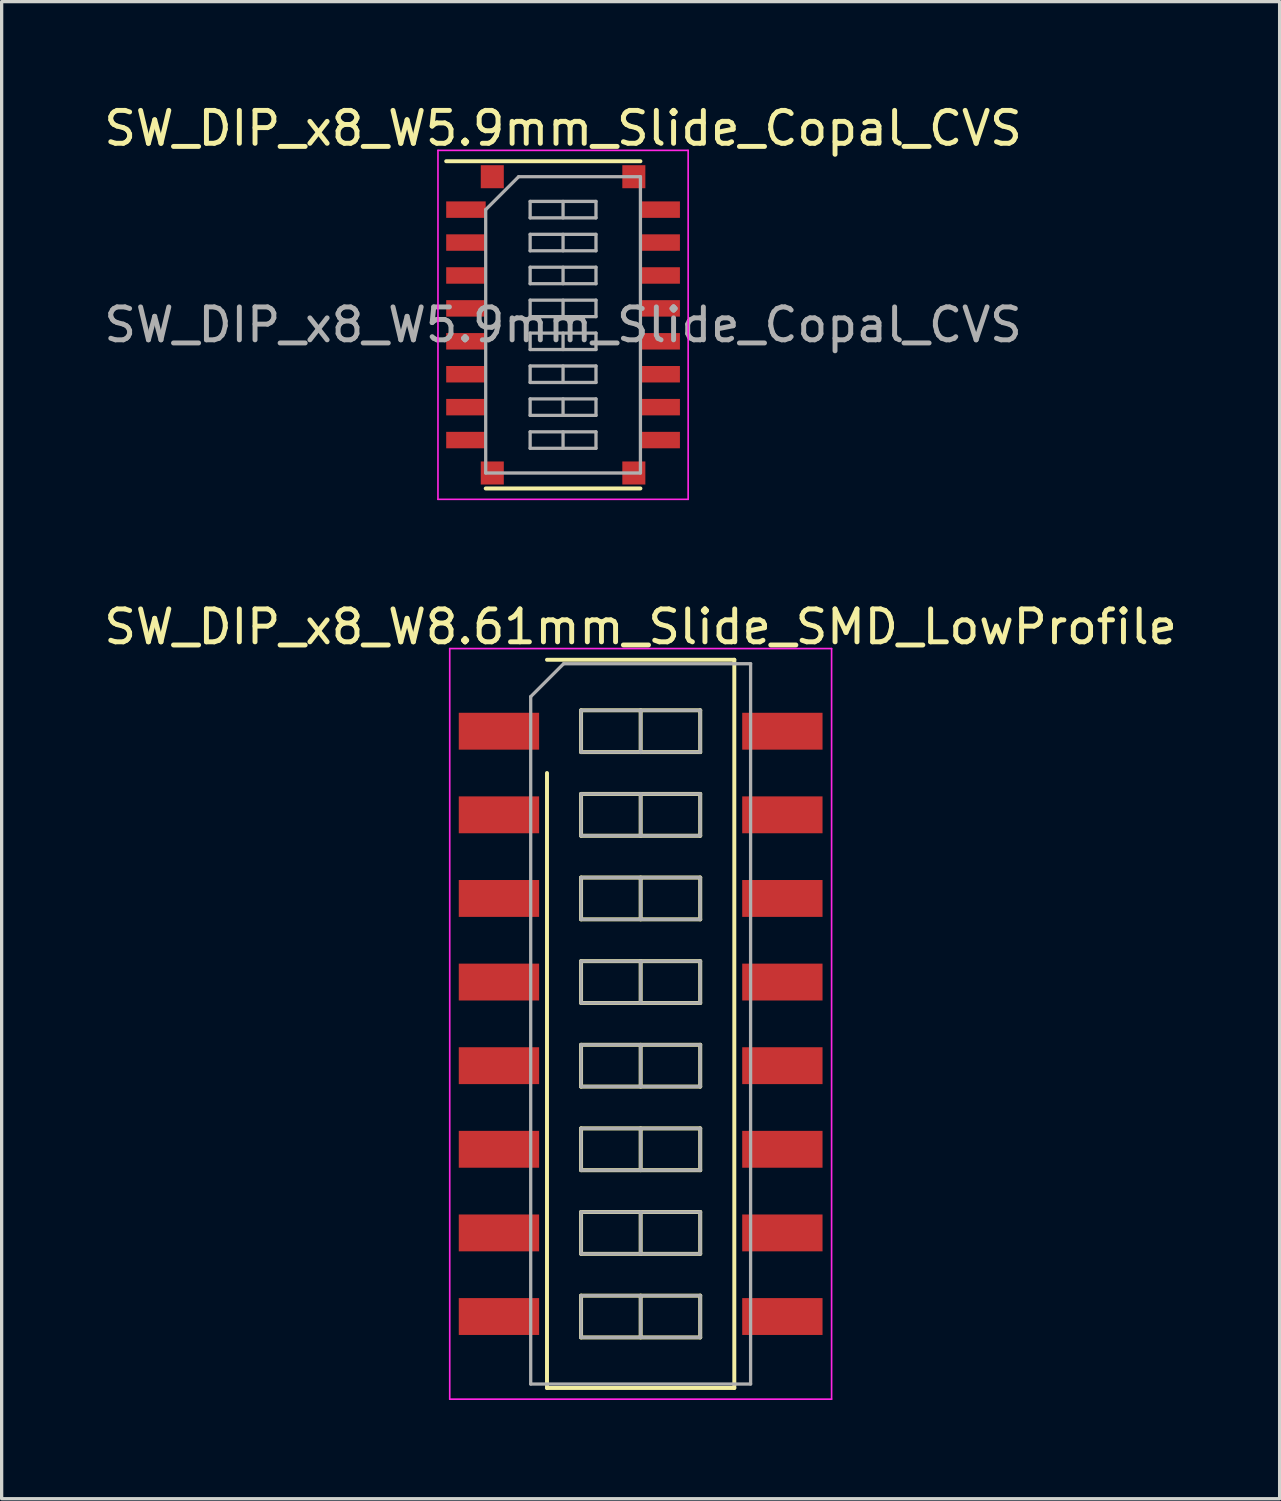
<source format=kicad_pcb>
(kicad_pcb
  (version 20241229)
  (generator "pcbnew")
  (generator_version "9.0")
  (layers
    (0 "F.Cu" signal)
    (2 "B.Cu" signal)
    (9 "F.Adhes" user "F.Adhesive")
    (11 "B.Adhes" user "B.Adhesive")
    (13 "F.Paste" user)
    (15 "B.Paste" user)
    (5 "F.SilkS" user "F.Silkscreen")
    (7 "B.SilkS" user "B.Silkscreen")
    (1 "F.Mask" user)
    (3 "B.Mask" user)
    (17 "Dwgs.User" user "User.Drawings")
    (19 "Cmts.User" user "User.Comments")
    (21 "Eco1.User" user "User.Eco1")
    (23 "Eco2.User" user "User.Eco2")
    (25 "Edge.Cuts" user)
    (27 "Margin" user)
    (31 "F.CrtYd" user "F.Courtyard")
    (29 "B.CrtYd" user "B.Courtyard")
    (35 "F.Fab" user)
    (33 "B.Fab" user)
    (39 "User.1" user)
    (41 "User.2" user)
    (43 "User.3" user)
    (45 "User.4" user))
  (footprint "SW_DIP_x8_W8.61mm_Slide_SMD_LowProfile"
    (layer "F.Cu")
    (at 16.411 28.052)
    (property "Reference" "SW_DIP_x8_W8.61mm_Slide_SMD_LowProfile" (at 0 -12.06 0) (layer "F.SilkS") (effects (font (size 1 1) (thickness 0.15))))
    (attr smd)
    (fp_line (start -2.845 -11.06) (end 2.845 -11.06) (stroke (width 0.12) (type solid)) (layer "F.SilkS"))
    (fp_line (start -2.845 11.06) (end -2.845 -7.62) (stroke (width 0.12) (type solid)) (layer "F.SilkS"))
    (fp_line (start -1.81 -9.525) (end -1.81 -8.255) (stroke (width 0.12) (type solid)) (layer "F.SilkS"))
    (fp_line (start -1.81 -8.255) (end 1.81 -8.255) (stroke (width 0.12) (type solid)) (layer "F.SilkS"))
    (fp_line (start -1.81 -6.985) (end -1.81 -5.715) (stroke (width 0.12) (type solid)) (layer "F.SilkS"))
    (fp_line (start -1.81 -5.715) (end 1.81 -5.715) (stroke (width 0.12) (type solid)) (layer "F.SilkS"))
    (fp_line (start -1.81 -4.445) (end -1.81 -3.175) (stroke (width 0.12) (type solid)) (layer "F.SilkS"))
    (fp_line (start -1.81 -3.175) (end 1.81 -3.175) (stroke (width 0.12) (type solid)) (layer "F.SilkS"))
    (fp_line (start -1.81 -1.905) (end -1.81 -0.635) (stroke (width 0.12) (type solid)) (layer "F.SilkS"))
    (fp_line (start -1.81 -0.635) (end 1.81 -0.635) (stroke (width 0.12) (type solid)) (layer "F.SilkS"))
    (fp_line (start -1.81 0.635) (end -1.81 1.905) (stroke (width 0.12) (type solid)) (layer "F.SilkS"))
    (fp_line (start -1.81 1.905) (end 1.81 1.905) (stroke (width 0.12) (type solid)) (layer "F.SilkS"))
    (fp_line (start -1.81 3.175) (end -1.81 4.445) (stroke (width 0.12) (type solid)) (layer "F.SilkS"))
    (fp_line (start -1.81 4.445) (end 1.81 4.445) (stroke (width 0.12) (type solid)) (layer "F.SilkS"))
    (fp_line (start -1.81 5.715) (end -1.81 6.985) (stroke (width 0.12) (type solid)) (layer "F.SilkS"))
    (fp_line (start -1.81 6.985) (end 1.81 6.985) (stroke (width 0.12) (type solid)) (layer "F.SilkS"))
    (fp_line (start -1.81 8.255) (end -1.81 9.525) (stroke (width 0.12) (type solid)) (layer "F.SilkS"))
    (fp_line (start -1.81 9.525) (end 1.81 9.525) (stroke (width 0.12) (type solid)) (layer "F.SilkS"))
    (fp_line (start 0 -9.525) (end 0 -8.255) (stroke (width 0.12) (type solid)) (layer "F.SilkS"))
    (fp_line (start 0 -6.985) (end 0 -5.715) (stroke (width 0.12) (type solid)) (layer "F.SilkS"))
    (fp_line (start 0 -4.445) (end 0 -3.175) (stroke (width 0.12) (type solid)) (layer "F.SilkS"))
    (fp_line (start 0 -1.905) (end 0 -0.635) (stroke (width 0.12) (type solid)) (layer "F.SilkS"))
    (fp_line (start 0 0.635) (end 0 1.905) (stroke (width 0.12) (type solid)) (layer "F.SilkS"))
    (fp_line (start 0 3.175) (end 0 4.445) (stroke (width 0.12) (type solid)) (layer "F.SilkS"))
    (fp_line (start 0 5.715) (end 0 6.985) (stroke (width 0.12) (type solid)) (layer "F.SilkS"))
    (fp_line (start 0 8.255) (end 0 9.525) (stroke (width 0.12) (type solid)) (layer "F.SilkS"))
    (fp_line (start 1.81 -9.525) (end -1.81 -9.525) (stroke (width 0.12) (type solid)) (layer "F.SilkS"))
    (fp_line (start 1.81 -8.255) (end 1.81 -9.525) (stroke (width 0.12) (type solid)) (layer "F.SilkS"))
    (fp_line (start 1.81 -6.985) (end -1.81 -6.985) (stroke (width 0.12) (type solid)) (layer "F.SilkS"))
    (fp_line (start 1.81 -5.715) (end 1.81 -6.985) (stroke (width 0.12) (type solid)) (layer "F.SilkS"))
    (fp_line (start 1.81 -4.445) (end -1.81 -4.445) (stroke (width 0.12) (type solid)) (layer "F.SilkS"))
    (fp_line (start 1.81 -3.175) (end 1.81 -4.445) (stroke (width 0.12) (type solid)) (layer "F.SilkS"))
    (fp_line (start 1.81 -1.905) (end -1.81 -1.905) (stroke (width 0.12) (type solid)) (layer "F.SilkS"))
    (fp_line (start 1.81 -0.635) (end 1.81 -1.905) (stroke (width 0.12) (type solid)) (layer "F.SilkS"))
    (fp_line (start 1.81 0.635) (end -1.81 0.635) (stroke (width 0.12) (type solid)) (layer "F.SilkS"))
    (fp_line (start 1.81 1.905) (end 1.81 0.635) (stroke (width 0.12) (type solid)) (layer "F.SilkS"))
    (fp_line (start 1.81 3.175) (end -1.81 3.175) (stroke (width 0.12) (type solid)) (layer "F.SilkS"))
    (fp_line (start 1.81 4.445) (end 1.81 3.175) (stroke (width 0.12) (type solid)) (layer "F.SilkS"))
    (fp_line (start 1.81 5.715) (end -1.81 5.715) (stroke (width 0.12) (type solid)) (layer "F.SilkS"))
    (fp_line (start 1.81 6.985) (end 1.81 5.715) (stroke (width 0.12) (type solid)) (layer "F.SilkS"))
    (fp_line (start 1.81 8.255) (end -1.81 8.255) (stroke (width 0.12) (type solid)) (layer "F.SilkS"))
    (fp_line (start 1.81 9.525) (end 1.81 8.255) (stroke (width 0.12) (type solid)) (layer "F.SilkS"))
    (fp_line (start 2.845 -11.06) (end 2.845 11.06) (stroke (width 0.12) (type solid)) (layer "F.SilkS"))
    (fp_line (start 2.845 11.06) (end -2.845 11.06) (stroke (width 0.12) (type solid)) (layer "F.SilkS"))
    (fp_line (start -5.8 -11.4) (end -5.8 11.4) (stroke (width 0.05) (type solid)) (layer "F.CrtYd"))
    (fp_line (start -5.8 11.4) (end 5.8 11.4) (stroke (width 0.05) (type solid)) (layer "F.CrtYd"))
    (fp_line (start 5.8 -11.4) (end -5.8 -11.4) (stroke (width 0.05) (type solid)) (layer "F.CrtYd"))
    (fp_line (start 5.8 11.4) (end 5.8 -11.4) (stroke (width 0.05) (type solid)) (layer "F.CrtYd"))
    (fp_line (start -3.34 -9.94) (end -2.34 -10.94) (stroke (width 0.1) (type solid)) (layer "F.Fab"))
    (fp_line (start -3.34 10.94) (end -3.34 -9.94) (stroke (width 0.1) (type solid)) (layer "F.Fab"))
    (fp_line (start -2.34 -10.94) (end 3.34 -10.94) (stroke (width 0.1) (type solid)) (layer "F.Fab"))
    (fp_line (start -1.81 -9.525) (end -1.81 -8.255) (stroke (width 0.1) (type solid)) (layer "F.Fab"))
    (fp_line (start -1.81 -8.255) (end 1.81 -8.255) (stroke (width 0.1) (type solid)) (layer "F.Fab"))
    (fp_line (start -1.81 -6.985) (end -1.81 -5.715) (stroke (width 0.1) (type solid)) (layer "F.Fab"))
    (fp_line (start -1.81 -5.715) (end 1.81 -5.715) (stroke (width 0.1) (type solid)) (layer "F.Fab"))
    (fp_line (start -1.81 -4.445) (end -1.81 -3.175) (stroke (width 0.1) (type solid)) (layer "F.Fab"))
    (fp_line (start -1.81 -3.175) (end 1.81 -3.175) (stroke (width 0.1) (type solid)) (layer "F.Fab"))
    (fp_line (start -1.81 -1.905) (end -1.81 -0.635) (stroke (width 0.1) (type solid)) (layer "F.Fab"))
    (fp_line (start -1.81 -0.635) (end 1.81 -0.635) (stroke (width 0.1) (type solid)) (layer "F.Fab"))
    (fp_line (start -1.81 0.635) (end -1.81 1.905) (stroke (width 0.1) (type solid)) (layer "F.Fab"))
    (fp_line (start -1.81 1.905) (end 1.81 1.905) (stroke (width 0.1) (type solid)) (layer "F.Fab"))
    (fp_line (start -1.81 3.175) (end -1.81 4.445) (stroke (width 0.1) (type solid)) (layer "F.Fab"))
    (fp_line (start -1.81 4.445) (end 1.81 4.445) (stroke (width 0.1) (type solid)) (layer "F.Fab"))
    (fp_line (start -1.81 5.715) (end -1.81 6.985) (stroke (width 0.1) (type solid)) (layer "F.Fab"))
    (fp_line (start -1.81 6.985) (end 1.81 6.985) (stroke (width 0.1) (type solid)) (layer "F.Fab"))
    (fp_line (start -1.81 8.255) (end -1.81 9.525) (stroke (width 0.1) (type solid)) (layer "F.Fab"))
    (fp_line (start -1.81 9.525) (end 1.81 9.525) (stroke (width 0.1) (type solid)) (layer "F.Fab"))
    (fp_line (start 0 -9.525) (end 0 -8.255) (stroke (width 0.1) (type solid)) (layer "F.Fab"))
    (fp_line (start 0 -6.985) (end 0 -5.715) (stroke (width 0.1) (type solid)) (layer "F.Fab"))
    (fp_line (start 0 -4.445) (end 0 -3.175) (stroke (width 0.1) (type solid)) (layer "F.Fab"))
    (fp_line (start 0 -1.905) (end 0 -0.635) (stroke (width 0.1) (type solid)) (layer "F.Fab"))
    (fp_line (start 0 0.635) (end 0 1.905) (stroke (width 0.1) (type solid)) (layer "F.Fab"))
    (fp_line (start 0 3.175) (end 0 4.445) (stroke (width 0.1) (type solid)) (layer "F.Fab"))
    (fp_line (start 0 5.715) (end 0 6.985) (stroke (width 0.1) (type solid)) (layer "F.Fab"))
    (fp_line (start 0 8.255) (end 0 9.525) (stroke (width 0.1) (type solid)) (layer "F.Fab"))
    (fp_line (start 1.81 -9.525) (end -1.81 -9.525) (stroke (width 0.1) (type solid)) (layer "F.Fab"))
    (fp_line (start 1.81 -8.255) (end 1.81 -9.525) (stroke (width 0.1) (type solid)) (layer "F.Fab"))
    (fp_line (start 1.81 -6.985) (end -1.81 -6.985) (stroke (width 0.1) (type solid)) (layer "F.Fab"))
    (fp_line (start 1.81 -5.715) (end 1.81 -6.985) (stroke (width 0.1) (type solid)) (layer "F.Fab"))
    (fp_line (start 1.81 -4.445) (end -1.81 -4.445) (stroke (width 0.1) (type solid)) (layer "F.Fab"))
    (fp_line (start 1.81 -3.175) (end 1.81 -4.445) (stroke (width 0.1) (type solid)) (layer "F.Fab"))
    (fp_line (start 1.81 -1.905) (end -1.81 -1.905) (stroke (width 0.1) (type solid)) (layer "F.Fab"))
    (fp_line (start 1.81 -0.635) (end 1.81 -1.905) (stroke (width 0.1) (type solid)) (layer "F.Fab"))
    (fp_line (start 1.81 0.635) (end -1.81 0.635) (stroke (width 0.1) (type solid)) (layer "F.Fab"))
    (fp_line (start 1.81 1.905) (end 1.81 0.635) (stroke (width 0.1) (type solid)) (layer "F.Fab"))
    (fp_line (start 1.81 3.175) (end -1.81 3.175) (stroke (width 0.1) (type solid)) (layer "F.Fab"))
    (fp_line (start 1.81 4.445) (end 1.81 3.175) (stroke (width 0.1) (type solid)) (layer "F.Fab"))
    (fp_line (start 1.81 5.715) (end -1.81 5.715) (stroke (width 0.1) (type solid)) (layer "F.Fab"))
    (fp_line (start 1.81 6.985) (end 1.81 5.715) (stroke (width 0.1) (type solid)) (layer "F.Fab"))
    (fp_line (start 1.81 8.255) (end -1.81 8.255) (stroke (width 0.1) (type solid)) (layer "F.Fab"))
    (fp_line (start 1.81 9.525) (end 1.81 8.255) (stroke (width 0.1) (type solid)) (layer "F.Fab"))
    (fp_line (start 3.34 -10.94) (end 3.34 10.94) (stroke (width 0.1) (type solid)) (layer "F.Fab"))
    (fp_line (start 3.34 10.94) (end -3.34 10.94) (stroke (width 0.1) (type solid)) (layer "F.Fab"))
    (pad "1" smd rect (at -4.305 -8.89) (size 2.44 1.12) (layers "F.Cu" "F.Mask"))
    (pad "2" smd rect (at -4.305 -6.35) (size 2.44 1.12) (layers "F.Cu" "F.Mask"))
    (pad "3" smd rect (at -4.305 -3.81) (size 2.44 1.12) (layers "F.Cu" "F.Mask"))
    (pad "4" smd rect (at -4.305 -1.27) (size 2.44 1.12) (layers "F.Cu" "F.Mask"))
    (pad "5" smd rect (at -4.305 1.27) (size 2.44 1.12) (layers "F.Cu" "F.Mask"))
    (pad "6" smd rect (at -4.305 3.81) (size 2.44 1.12) (layers "F.Cu" "F.Mask"))
    (pad "7" smd rect (at -4.305 6.35) (size 2.44 1.12) (layers "F.Cu" "F.Mask"))
    (pad "8" smd rect (at -4.305 8.89) (size 2.44 1.12) (layers "F.Cu" "F.Mask"))
    (pad "9" smd rect (at 4.305 8.89) (size 2.44 1.12) (layers "F.Cu" "F.Mask"))
    (pad "10" smd rect (at 4.305 6.35) (size 2.44 1.12) (layers "F.Cu" "F.Mask"))
    (pad "11" smd rect (at 4.305 3.81) (size 2.44 1.12) (layers "F.Cu" "F.Mask"))
    (pad "12" smd rect (at 4.305 1.27) (size 2.44 1.12) (layers "F.Cu" "F.Mask"))
    (pad "13" smd rect (at 4.305 -1.27) (size 2.44 1.12) (layers "F.Cu" "F.Mask"))
    (pad "14" smd rect (at 4.305 -3.81) (size 2.44 1.12) (layers "F.Cu" "F.Mask"))
    (pad "15" smd rect (at 4.305 -6.35) (size 2.44 1.12) (layers "F.Cu" "F.Mask"))
    (pad "16" smd rect (at 4.305 -8.89) (size 2.44 1.12) (layers "F.Cu" "F.Mask")))
  (footprint "SW_DIP_x8_W5.9mm_Slide_Copal_CVS"
    (layer "F.Cu")
    (at 14.054 6.818)
    (property "Reference" "SW_DIP_x8_W5.9mm_Slide_Copal_CVS" (at 0 -5.97 0) (layer "F.SilkS") (effects (font (size 1 1) (thickness 0.15))))
    (attr smd)
    (fp_line (start -3.55 -4.97) (end 2.35 -4.97) (stroke (width 0.12) (type solid)) (layer "F.SilkS"))
    (fp_line (start -2.35 4.97) (end 2.35 4.97) (stroke (width 0.12) (type solid)) (layer "F.SilkS"))
    (fp_line (start -3.8 -5.3) (end -3.8 5.3) (stroke (width 0.05) (type solid)) (layer "F.CrtYd"))
    (fp_line (start -3.8 5.3) (end 3.8 5.3) (stroke (width 0.05) (type solid)) (layer "F.CrtYd"))
    (fp_line (start 3.8 -5.3) (end -3.8 -5.3) (stroke (width 0.05) (type solid)) (layer "F.CrtYd"))
    (fp_line (start 3.8 5.3) (end 3.8 -5.3) (stroke (width 0.05) (type solid)) (layer "F.CrtYd"))
    (fp_line (start -2.35 -3.5) (end -1.35 -4.5) (stroke (width 0.1) (type solid)) (layer "F.Fab"))
    (fp_line (start -2.35 4.5) (end -2.35 -3.5) (stroke (width 0.1) (type solid)) (layer "F.Fab"))
    (fp_line (start -1.35 -4.5) (end 2.35 -4.5) (stroke (width 0.1) (type solid)) (layer "F.Fab"))
    (fp_line (start -1 -3.75) (end -1 -3.25) (stroke (width 0.1) (type solid)) (layer "F.Fab"))
    (fp_line (start -1 -3.25) (end 1 -3.25) (stroke (width 0.1) (type solid)) (layer "F.Fab"))
    (fp_line (start -1 -2.75) (end -1 -2.25) (stroke (width 0.1) (type solid)) (layer "F.Fab"))
    (fp_line (start -1 -2.25) (end 1 -2.25) (stroke (width 0.1) (type solid)) (layer "F.Fab"))
    (fp_line (start -1 -1.75) (end -1 -1.25) (stroke (width 0.1) (type solid)) (layer "F.Fab"))
    (fp_line (start -1 -1.25) (end 1 -1.25) (stroke (width 0.1) (type solid)) (layer "F.Fab"))
    (fp_line (start -1 -0.75) (end -1 -0.25) (stroke (width 0.1) (type solid)) (layer "F.Fab"))
    (fp_line (start -1 -0.25) (end 1 -0.25) (stroke (width 0.1) (type solid)) (layer "F.Fab"))
    (fp_line (start -1 0.25) (end -1 0.75) (stroke (width 0.1) (type solid)) (layer "F.Fab"))
    (fp_line (start -1 0.75) (end 1 0.75) (stroke (width 0.1) (type solid)) (layer "F.Fab"))
    (fp_line (start -1 1.25) (end -1 1.75) (stroke (width 0.1) (type solid)) (layer "F.Fab"))
    (fp_line (start -1 1.75) (end 1 1.75) (stroke (width 0.1) (type solid)) (layer "F.Fab"))
    (fp_line (start -1 2.25) (end -1 2.75) (stroke (width 0.1) (type solid)) (layer "F.Fab"))
    (fp_line (start -1 2.75) (end 1 2.75) (stroke (width 0.1) (type solid)) (layer "F.Fab"))
    (fp_line (start -1 3.25) (end -1 3.75) (stroke (width 0.1) (type solid)) (layer "F.Fab"))
    (fp_line (start -1 3.75) (end 1 3.75) (stroke (width 0.1) (type solid)) (layer "F.Fab"))
    (fp_line (start 0 -3.75) (end 0 -3.25) (stroke (width 0.1) (type solid)) (layer "F.Fab"))
    (fp_line (start 0 -2.75) (end 0 -2.25) (stroke (width 0.1) (type solid)) (layer "F.Fab"))
    (fp_line (start 0 -1.75) (end 0 -1.25) (stroke (width 0.1) (type solid)) (layer "F.Fab"))
    (fp_line (start 0 -0.75) (end 0 -0.25) (stroke (width 0.1) (type solid)) (layer "F.Fab"))
    (fp_line (start 0 0.25) (end 0 0.75) (stroke (width 0.1) (type solid)) (layer "F.Fab"))
    (fp_line (start 0 1.25) (end 0 1.75) (stroke (width 0.1) (type solid)) (layer "F.Fab"))
    (fp_line (start 0 2.25) (end 0 2.75) (stroke (width 0.1) (type solid)) (layer "F.Fab"))
    (fp_line (start 0 3.25) (end 0 3.75) (stroke (width 0.1) (type solid)) (layer "F.Fab"))
    (fp_line (start 1 -3.75) (end -1 -3.75) (stroke (width 0.1) (type solid)) (layer "F.Fab"))
    (fp_line (start 1 -3.25) (end 1 -3.75) (stroke (width 0.1) (type solid)) (layer "F.Fab"))
    (fp_line (start 1 -2.75) (end -1 -2.75) (stroke (width 0.1) (type solid)) (layer "F.Fab"))
    (fp_line (start 1 -2.25) (end 1 -2.75) (stroke (width 0.1) (type solid)) (layer "F.Fab"))
    (fp_line (start 1 -1.75) (end -1 -1.75) (stroke (width 0.1) (type solid)) (layer "F.Fab"))
    (fp_line (start 1 -1.25) (end 1 -1.75) (stroke (width 0.1) (type solid)) (layer "F.Fab"))
    (fp_line (start 1 -0.75) (end -1 -0.75) (stroke (width 0.1) (type solid)) (layer "F.Fab"))
    (fp_line (start 1 -0.25) (end 1 -0.75) (stroke (width 0.1) (type solid)) (layer "F.Fab"))
    (fp_line (start 1 0.25) (end -1 0.25) (stroke (width 0.1) (type solid)) (layer "F.Fab"))
    (fp_line (start 1 0.75) (end 1 0.25) (stroke (width 0.1) (type solid)) (layer "F.Fab"))
    (fp_line (start 1 1.25) (end -1 1.25) (stroke (width 0.1) (type solid)) (layer "F.Fab"))
    (fp_line (start 1 1.75) (end 1 1.25) (stroke (width 0.1) (type solid)) (layer "F.Fab"))
    (fp_line (start 1 2.25) (end -1 2.25) (stroke (width 0.1) (type solid)) (layer "F.Fab"))
    (fp_line (start 1 2.75) (end 1 2.25) (stroke (width 0.1) (type solid)) (layer "F.Fab"))
    (fp_line (start 1 3.25) (end -1 3.25) (stroke (width 0.1) (type solid)) (layer "F.Fab"))
    (fp_line (start 1 3.75) (end 1 3.25) (stroke (width 0.1) (type solid)) (layer "F.Fab"))
    (fp_line (start 2.35 -4.5) (end 2.35 4.5) (stroke (width 0.1) (type solid)) (layer "F.Fab"))
    (fp_line (start 2.35 4.5) (end -2.35 4.5) (stroke (width 0.1) (type solid)) (layer "F.Fab"))
    (fp_text user "${REFERENCE}" (at 0 0 0) (layer "F.Fab") (effects (font (size 1 1) (thickness 0.15))))
    (pad "1" smd rect (at -2.95 -3.5) (size 1.2 0.5) (layers "F.Cu" "F.Mask" "F.Paste"))
    (pad "2" smd rect (at -2.95 -2.5) (size 1.2 0.5) (layers "F.Cu" "F.Mask" "F.Paste"))
    (pad "3" smd rect (at -2.95 -1.5) (size 1.2 0.5) (layers "F.Cu" "F.Mask" "F.Paste"))
    (pad "4" smd rect (at -2.95 -0.5) (size 1.2 0.5) (layers "F.Cu" "F.Mask" "F.Paste"))
    (pad "5" smd rect (at -2.95 0.5) (size 1.2 0.5) (layers "F.Cu" "F.Mask" "F.Paste"))
    (pad "6" smd rect (at -2.95 1.5) (size 1.2 0.5) (layers "F.Cu" "F.Mask" "F.Paste"))
    (pad "7" smd rect (at -2.95 2.5) (size 1.2 0.5) (layers "F.Cu" "F.Mask" "F.Paste"))
    (pad "8" smd rect (at -2.95 3.5) (size 1.2 0.5) (layers "F.Cu" "F.Mask" "F.Paste"))
    (pad "9" smd rect (at 2.95 3.5) (size 1.2 0.5) (layers "F.Cu" "F.Mask" "F.Paste"))
    (pad "10" smd rect (at 2.95 2.5) (size 1.2 0.5) (layers "F.Cu" "F.Mask" "F.Paste"))
    (pad "11" smd rect (at 2.95 1.5) (size 1.2 0.5) (layers "F.Cu" "F.Mask" "F.Paste"))
    (pad "12" smd rect (at 2.95 0.5) (size 1.2 0.5) (layers "F.Cu" "F.Mask" "F.Paste"))
    (pad "13" smd rect (at 2.95 -0.5) (size 1.2 0.5) (layers "F.Cu" "F.Mask" "F.Paste"))
    (pad "14" smd rect (at 2.95 -1.5) (size 1.2 0.5) (layers "F.Cu" "F.Mask" "F.Paste"))
    (pad "15" smd rect (at 2.95 -2.5) (size 1.2 0.5) (layers "F.Cu" "F.Mask" "F.Paste"))
    (pad "16" smd rect (at 2.95 -3.5) (size 1.2 0.5) (layers "F.Cu" "F.Mask" "F.Paste"))
    (pad "17" smd rect (at -2.15 -4.5) (size 0.7 0.7) (layers "F.Cu" "F.Mask" "F.Paste"))
    (pad "17" smd rect (at -2.15 4.5) (size 0.7 0.7) (layers "F.Cu" "F.Mask" "F.Paste"))
    (pad "17" smd rect (at 2.15 -4.5) (size 0.7 0.7) (layers "F.Cu" "F.Mask" "F.Paste"))
    (pad "17" smd rect (at 2.15 4.5) (size 0.7 0.7) (layers "F.Cu" "F.Mask" "F.Paste")))
  (gr_rect
    (start -3 -3)
    (end 35.821 42.477)
    (stroke (width 0.1) (type default))
    (fill no)
    (layer "Edge.Cuts")))
</source>
